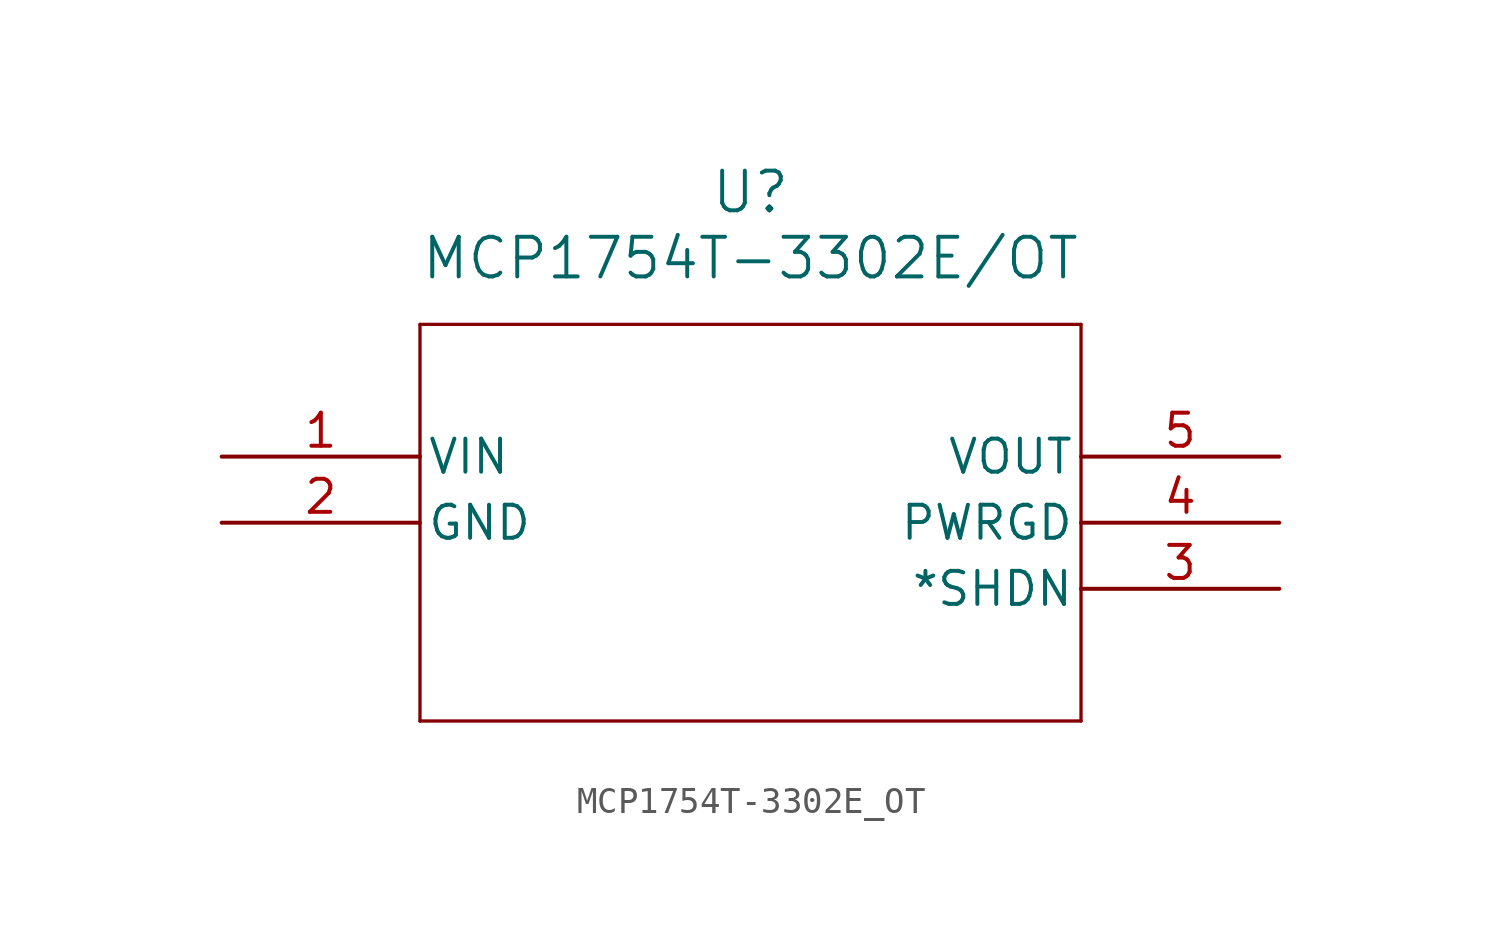
<source format=kicad_sym>
(kicad_symbol_lib
  (version 20211014)
  (generator kicad_symbol_editor)
  (symbol "MCP1754T-3302E_OT"
    (pin_names
      (offset 0.254))
    (property "Reference" "U"
      (at 20.32 10.16 0)
      (effects (font (size 1.524 1.524))))
    (property "Value" "MCP1754T-3302E/OT"
      (at 20.32 7.62 0)
      (effects (font (size 1.524 1.524))))
    (symbol "MCP1754T-3302E_OT_0_1"
      (polyline (pts (xy 7.62 5.08) (xy 7.62 -10.16)) (stroke (width 0.127) (type default) (color 0 0 0 0)) (fill (type none)))
      (polyline (pts (xy 7.62 -10.16) (xy 33.02 -10.16)) (stroke (width 0.127) (type default) (color 0 0 0 0)) (fill (type none)))
      (polyline (pts (xy 33.02 -10.16) (xy 33.02 5.08)) (stroke (width 0.127) (type default) (color 0 0 0 0)) (fill (type none)))
      (polyline (pts (xy 33.02 5.08) (xy 7.62 5.08)) (stroke (width 0.127) (type default) (color 0 0 0 0)) (fill (type none)))
      (pin input line (at 0 0 0) (length 7.62) (name "VIN" (effects (font (size 1.27 1.27)))) (number "1" (effects (font (size 1.27 1.27)))))
      (pin power_in line (at 0 -2.54 0) (length 7.62) (name "GND" (effects (font (size 1.27 1.27)))) (number "2" (effects (font (size 1.27 1.27)))))
      (pin input line (at 40.64 -5.08 180) (length 7.62) (name "*SHDN" (effects (font (size 1.27 1.27)))) (number "3" (effects (font (size 1.27 1.27)))))
      (pin output line (at 40.64 -2.54 180) (length 7.62) (name "PWRGD" (effects (font (size 1.27 1.27)))) (number "4" (effects (font (size 1.27 1.27)))))
      (pin output line (at 40.64 0 180) (length 7.62) (name "VOUT" (effects (font (size 1.27 1.27)))) (number "5" (effects (font (size 1.27 1.27))))))))
</source>
